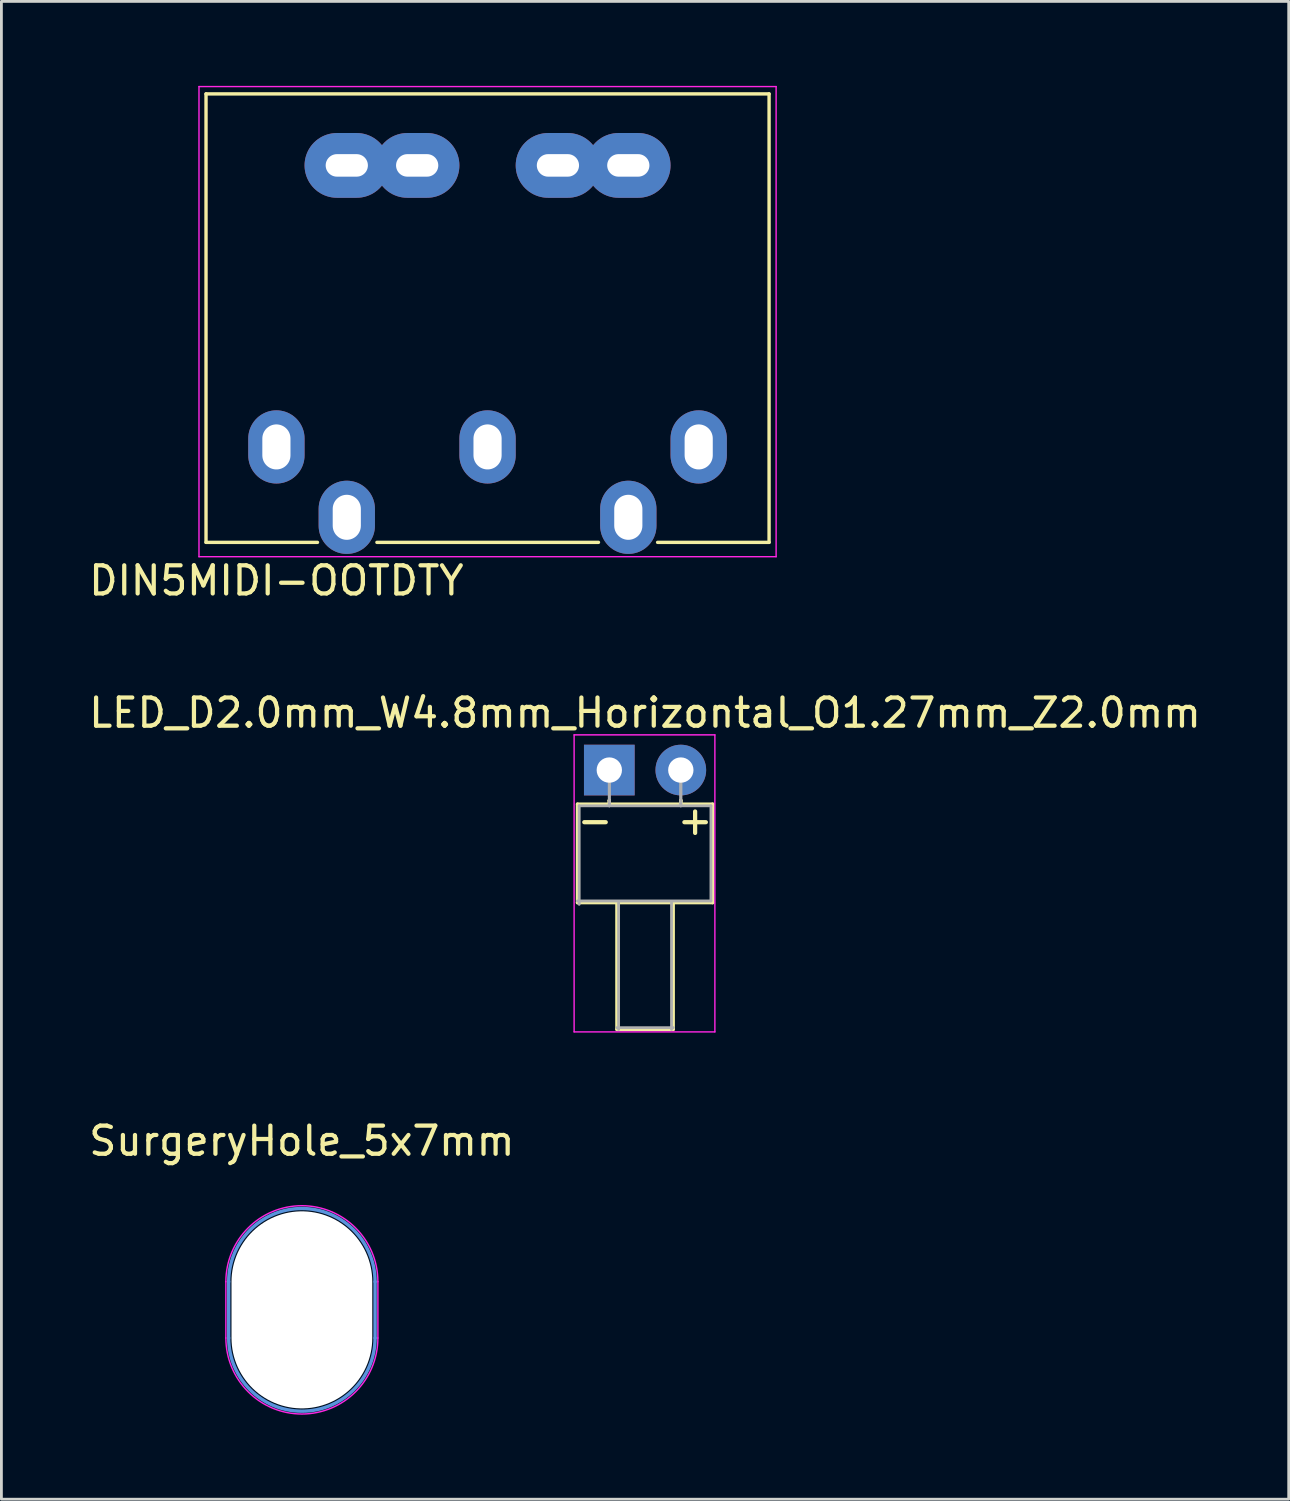
<source format=kicad_pcb>
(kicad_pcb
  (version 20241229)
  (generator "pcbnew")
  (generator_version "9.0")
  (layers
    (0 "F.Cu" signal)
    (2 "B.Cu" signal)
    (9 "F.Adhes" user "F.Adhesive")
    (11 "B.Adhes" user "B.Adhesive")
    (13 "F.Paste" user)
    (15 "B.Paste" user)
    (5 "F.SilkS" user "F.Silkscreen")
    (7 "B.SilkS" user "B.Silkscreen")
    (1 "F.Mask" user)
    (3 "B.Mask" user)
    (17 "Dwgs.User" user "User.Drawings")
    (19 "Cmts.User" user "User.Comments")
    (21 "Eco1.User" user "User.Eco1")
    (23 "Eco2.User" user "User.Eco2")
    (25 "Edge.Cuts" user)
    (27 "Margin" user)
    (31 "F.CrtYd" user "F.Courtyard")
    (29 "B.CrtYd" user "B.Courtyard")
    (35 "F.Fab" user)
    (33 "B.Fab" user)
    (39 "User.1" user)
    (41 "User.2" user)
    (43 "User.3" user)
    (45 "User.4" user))
  (footprint "SurgeryHole_5x7mm"
    (layer "F.Cu")
    (at 7.673 43.477)
    (property "Reference" "SurgeryHole_5x7mm" (at 0 -6 0) (layer "F.SilkS") (effects (font (size 1 1) (thickness 0.15))))
    (attr exclude_from_pos_files exclude_from_bom)
    (fp_line (start -2.6 -1) (end -2.6 1) (stroke (width 0.12) (type solid)) (layer "Cmts.User"))
    (fp_line (start 2.6 -1) (end 2.6 1) (stroke (width 0.12) (type solid)) (layer "Cmts.User"))
    (fp_arc (start -2.6 -1) (mid 0 -3.6) (end 2.6 -1) (stroke (width 0.12) (type solid)) (layer "Cmts.User"))
    (fp_arc (start 2.6 1) (mid 0 3.6) (end -2.6 1) (stroke (width 0.12) (type solid)) (layer "Cmts.User"))
    (fp_line (start -2.7 1) (end -2.7 -1) (stroke (width 0.05) (type solid)) (layer "F.CrtYd"))
    (fp_line (start 2.7 1) (end 2.7 -1) (stroke (width 0.05) (type solid)) (layer "F.CrtYd"))
    (fp_arc (start -2.7 -1) (mid 0 -3.7) (end 2.7 -1) (stroke (width 0.05) (type solid)) (layer "F.CrtYd"))
    (fp_arc (start 2.7 1) (mid 0 3.7) (end -2.7 1) (stroke (width 0.05) (type solid)) (layer "F.CrtYd"))
    (pad "" np_thru_hole oval (at 0 0) (size 5 7) (drill oval 5 7) (layers "*.Cu" "*.Mask")))
  (footprint "DIN5MIDI-OOTDTY"
    (layer "F.Cu")
    (at 6.768 12.825)
    (property "Reference" "DIN5MIDI-OOTDTY" (at 0 4.75 0) (layer "F.SilkS") (effects (font (size 1 1) (thickness 0.15))))
    (attr through_hole)
    (fp_line (start -2.5 3.39) (end -2.5 -12.54) (stroke (width 0.12) (type solid)) (layer "F.SilkS"))
    (fp_line (start 1.46 3.39) (end -2.5 3.39) (stroke (width 0.12) (type solid)) (layer "F.SilkS"))
    (fp_line (start 11.44 3.39) (end 3.57 3.39) (stroke (width 0.12) (type solid)) (layer "F.SilkS"))
    (fp_line (start 17.5 -12.54) (end -2.5 -12.54) (stroke (width 0.12) (type solid)) (layer "F.SilkS"))
    (fp_line (start 17.5 3.39) (end 13.54 3.39) (stroke (width 0.12) (type solid)) (layer "F.SilkS"))
    (fp_line (start 17.5 3.39) (end 17.5 -12.54) (stroke (width 0.12) (type solid)) (layer "F.SilkS"))
    (fp_line (start -2.75 -12.8) (end -2.75 3.9) (stroke (width 0.05) (type solid)) (layer "F.CrtYd"))
    (fp_line (start 17.75 -12.8) (end -2.75 -12.8) (stroke (width 0.05) (type solid)) (layer "F.CrtYd"))
    (fp_line (start 17.75 3.9) (end -2.75 3.9) (stroke (width 0.05) (type solid)) (layer "F.CrtYd"))
    (fp_line (start 17.75 3.9) (end 17.75 -12.8) (stroke (width 0.05) (type solid)) (layer "F.CrtYd"))
    (pad "" thru_hole oval (at 2.5 -10) (size 3 2.3) (drill oval 1.5 0.8) (layers "*.Cu" "*.Mask"))
    (pad "" thru_hole oval (at 5 -10) (size 3 2.3) (drill oval 1.5 0.8) (layers "*.Cu" "*.Mask"))
    (pad "" thru_hole oval (at 10 -10) (size 3 2.3) (drill oval 1.5 0.8) (layers "*.Cu" "*.Mask"))
    (pad "" thru_hole oval (at 12.5 -10) (size 3 2.3) (drill oval 1.5 0.8) (layers "*.Cu" "*.Mask"))
    (pad "1" thru_hole oval (at 0 0) (size 2 2.6) (drill oval 1 1.6) (layers "*.Cu" "*.Mask"))
    (pad "2" thru_hole oval (at 7.5 0) (size 2 2.6) (drill oval 1 1.6) (layers "*.Cu" "*.Mask"))
    (pad "3" thru_hole oval (at 15 0) (size 2 2.6) (drill oval 1 1.6) (layers "*.Cu" "*.Mask"))
    (pad "4" thru_hole oval (at 2.5 2.5) (size 2 2.6) (drill oval 1 1.6) (layers "*.Cu" "*.Mask"))
    (pad "5" thru_hole oval (at 12.5 2.5) (size 2 2.6) (drill oval 1 1.6) (layers "*.Cu" "*.Mask")))
  (footprint "LED_D2.0mm_W4.8mm_Horizontal_O1.27mm_Z2.0mm"
    (layer "F.Cu")
    (at 18.593 24.303)
    (property "Reference" "LED_D2.0mm_W4.8mm_Horizontal_O1.27mm_Z2.0mm" (at 1.27 -2.032 0) (layer "F.SilkS") (effects (font (size 1 1) (thickness 0.15))))
    (attr through_hole)
    (fp_line (start -1.13 1.21) (end 3.67 1.21) (stroke (width 0.12) (type solid)) (layer "F.SilkS"))
    (fp_line (start -1.13 4.71) (end -1.13 1.21) (stroke (width 0.12) (type solid)) (layer "F.SilkS"))
    (fp_line (start 0 1.08) (end 0 1.08) (stroke (width 0.12) (type solid)) (layer "F.SilkS"))
    (fp_line (start 0 1.08) (end 0 1.21) (stroke (width 0.12) (type solid)) (layer "F.SilkS"))
    (fp_line (start 0 1.21) (end 0 1.08) (stroke (width 0.12) (type solid)) (layer "F.SilkS"))
    (fp_line (start 0 1.21) (end 0 1.21) (stroke (width 0.12) (type solid)) (layer "F.SilkS"))
    (fp_line (start 0.27 4.71) (end 0.27 9.21) (stroke (width 0.12) (type solid)) (layer "F.SilkS"))
    (fp_line (start 0.27 9.21) (end 2.27 9.21) (stroke (width 0.12) (type solid)) (layer "F.SilkS"))
    (fp_line (start 2.27 9.21) (end 2.27 4.71) (stroke (width 0.12) (type solid)) (layer "F.SilkS"))
    (fp_line (start 2.54 1.08) (end 2.54 1.08) (stroke (width 0.12) (type solid)) (layer "F.SilkS"))
    (fp_line (start 2.54 1.08) (end 2.54 1.21) (stroke (width 0.12) (type solid)) (layer "F.SilkS"))
    (fp_line (start 2.54 1.21) (end 2.54 1.08) (stroke (width 0.12) (type solid)) (layer "F.SilkS"))
    (fp_line (start 2.54 1.21) (end 2.54 1.21) (stroke (width 0.12) (type solid)) (layer "F.SilkS"))
    (fp_line (start 3.67 1.21) (end 3.67 4.71) (stroke (width 0.12) (type solid)) (layer "F.SilkS"))
    (fp_line (start 3.67 4.71) (end -1.13 4.71) (stroke (width 0.12) (type solid)) (layer "F.SilkS"))
    (fp_line (start -1.25 -1.25) (end -1.25 9.3) (stroke (width 0.05) (type solid)) (layer "F.CrtYd"))
    (fp_line (start -1.25 9.3) (end 3.75 9.3) (stroke (width 0.05) (type solid)) (layer "F.CrtYd"))
    (fp_line (start 3.75 -1.25) (end -1.25 -1.25) (stroke (width 0.05) (type solid)) (layer "F.CrtYd"))
    (fp_line (start 3.75 9.3) (end 3.75 -1.25) (stroke (width 0.05) (type solid)) (layer "F.CrtYd"))
    (fp_line (start -1.07 1.27) (end 3.61 1.27) (stroke (width 0.1) (type solid)) (layer "F.Fab"))
    (fp_line (start -1.07 4.77) (end -1.07 1.27) (stroke (width 0.1) (type solid)) (layer "F.Fab"))
    (fp_line (start 0 0) (end 0 0) (stroke (width 0.1) (type solid)) (layer "F.Fab"))
    (fp_line (start 0 0) (end 0 1.27) (stroke (width 0.1) (type solid)) (layer "F.Fab"))
    (fp_line (start 0 1.27) (end 0 0) (stroke (width 0.1) (type solid)) (layer "F.Fab"))
    (fp_line (start 0 1.27) (end 0 1.27) (stroke (width 0.1) (type solid)) (layer "F.Fab"))
    (fp_line (start 0.27 9.15) (end 2.27 9.15) (stroke (width 0.1) (type solid)) (layer "F.Fab"))
    (fp_line (start 0.33 4.71) (end 0.33 9.21) (stroke (width 0.1) (type solid)) (layer "F.Fab"))
    (fp_line (start 2.21 9.21) (end 2.21 4.71) (stroke (width 0.1) (type solid)) (layer "F.Fab"))
    (fp_line (start 2.54 0) (end 2.54 0) (stroke (width 0.1) (type solid)) (layer "F.Fab"))
    (fp_line (start 2.54 0) (end 2.54 1.27) (stroke (width 0.1) (type solid)) (layer "F.Fab"))
    (fp_line (start 2.54 1.27) (end 2.54 0) (stroke (width 0.1) (type solid)) (layer "F.Fab"))
    (fp_line (start 2.54 1.27) (end 2.54 1.27) (stroke (width 0.1) (type solid)) (layer "F.Fab"))
    (fp_line (start 3.61 1.27) (end 3.61 4.65) (stroke (width 0.1) (type solid)) (layer "F.Fab"))
    (fp_line (start 3.61 4.65) (end -1.13 4.65) (stroke (width 0.1) (type solid)) (layer "F.Fab"))
    (fp_text user "-" (at -0.508 1.778 0) (layer "F.SilkS") (effects (font (size 1 1) (thickness 0.15))))
    (fp_text user "+" (at 3.048 1.778 0) (layer "F.SilkS") (effects (font (size 1 1) (thickness 0.15))))
    (pad "1" thru_hole rect (at 0 0) (size 1.8 1.8) (drill 0.9) (layers "*.Cu" "*.Mask"))
    (pad "2" thru_hole circle (at 2.54 0) (size 1.8 1.8) (drill 0.9) (layers "*.Cu" "*.Mask")))
  (gr_rect
    (start -3 -3)
    (end 42.726 50.202)
    (stroke (width 0.1) (type default))
    (fill no)
    (layer "Edge.Cuts")))
</source>
